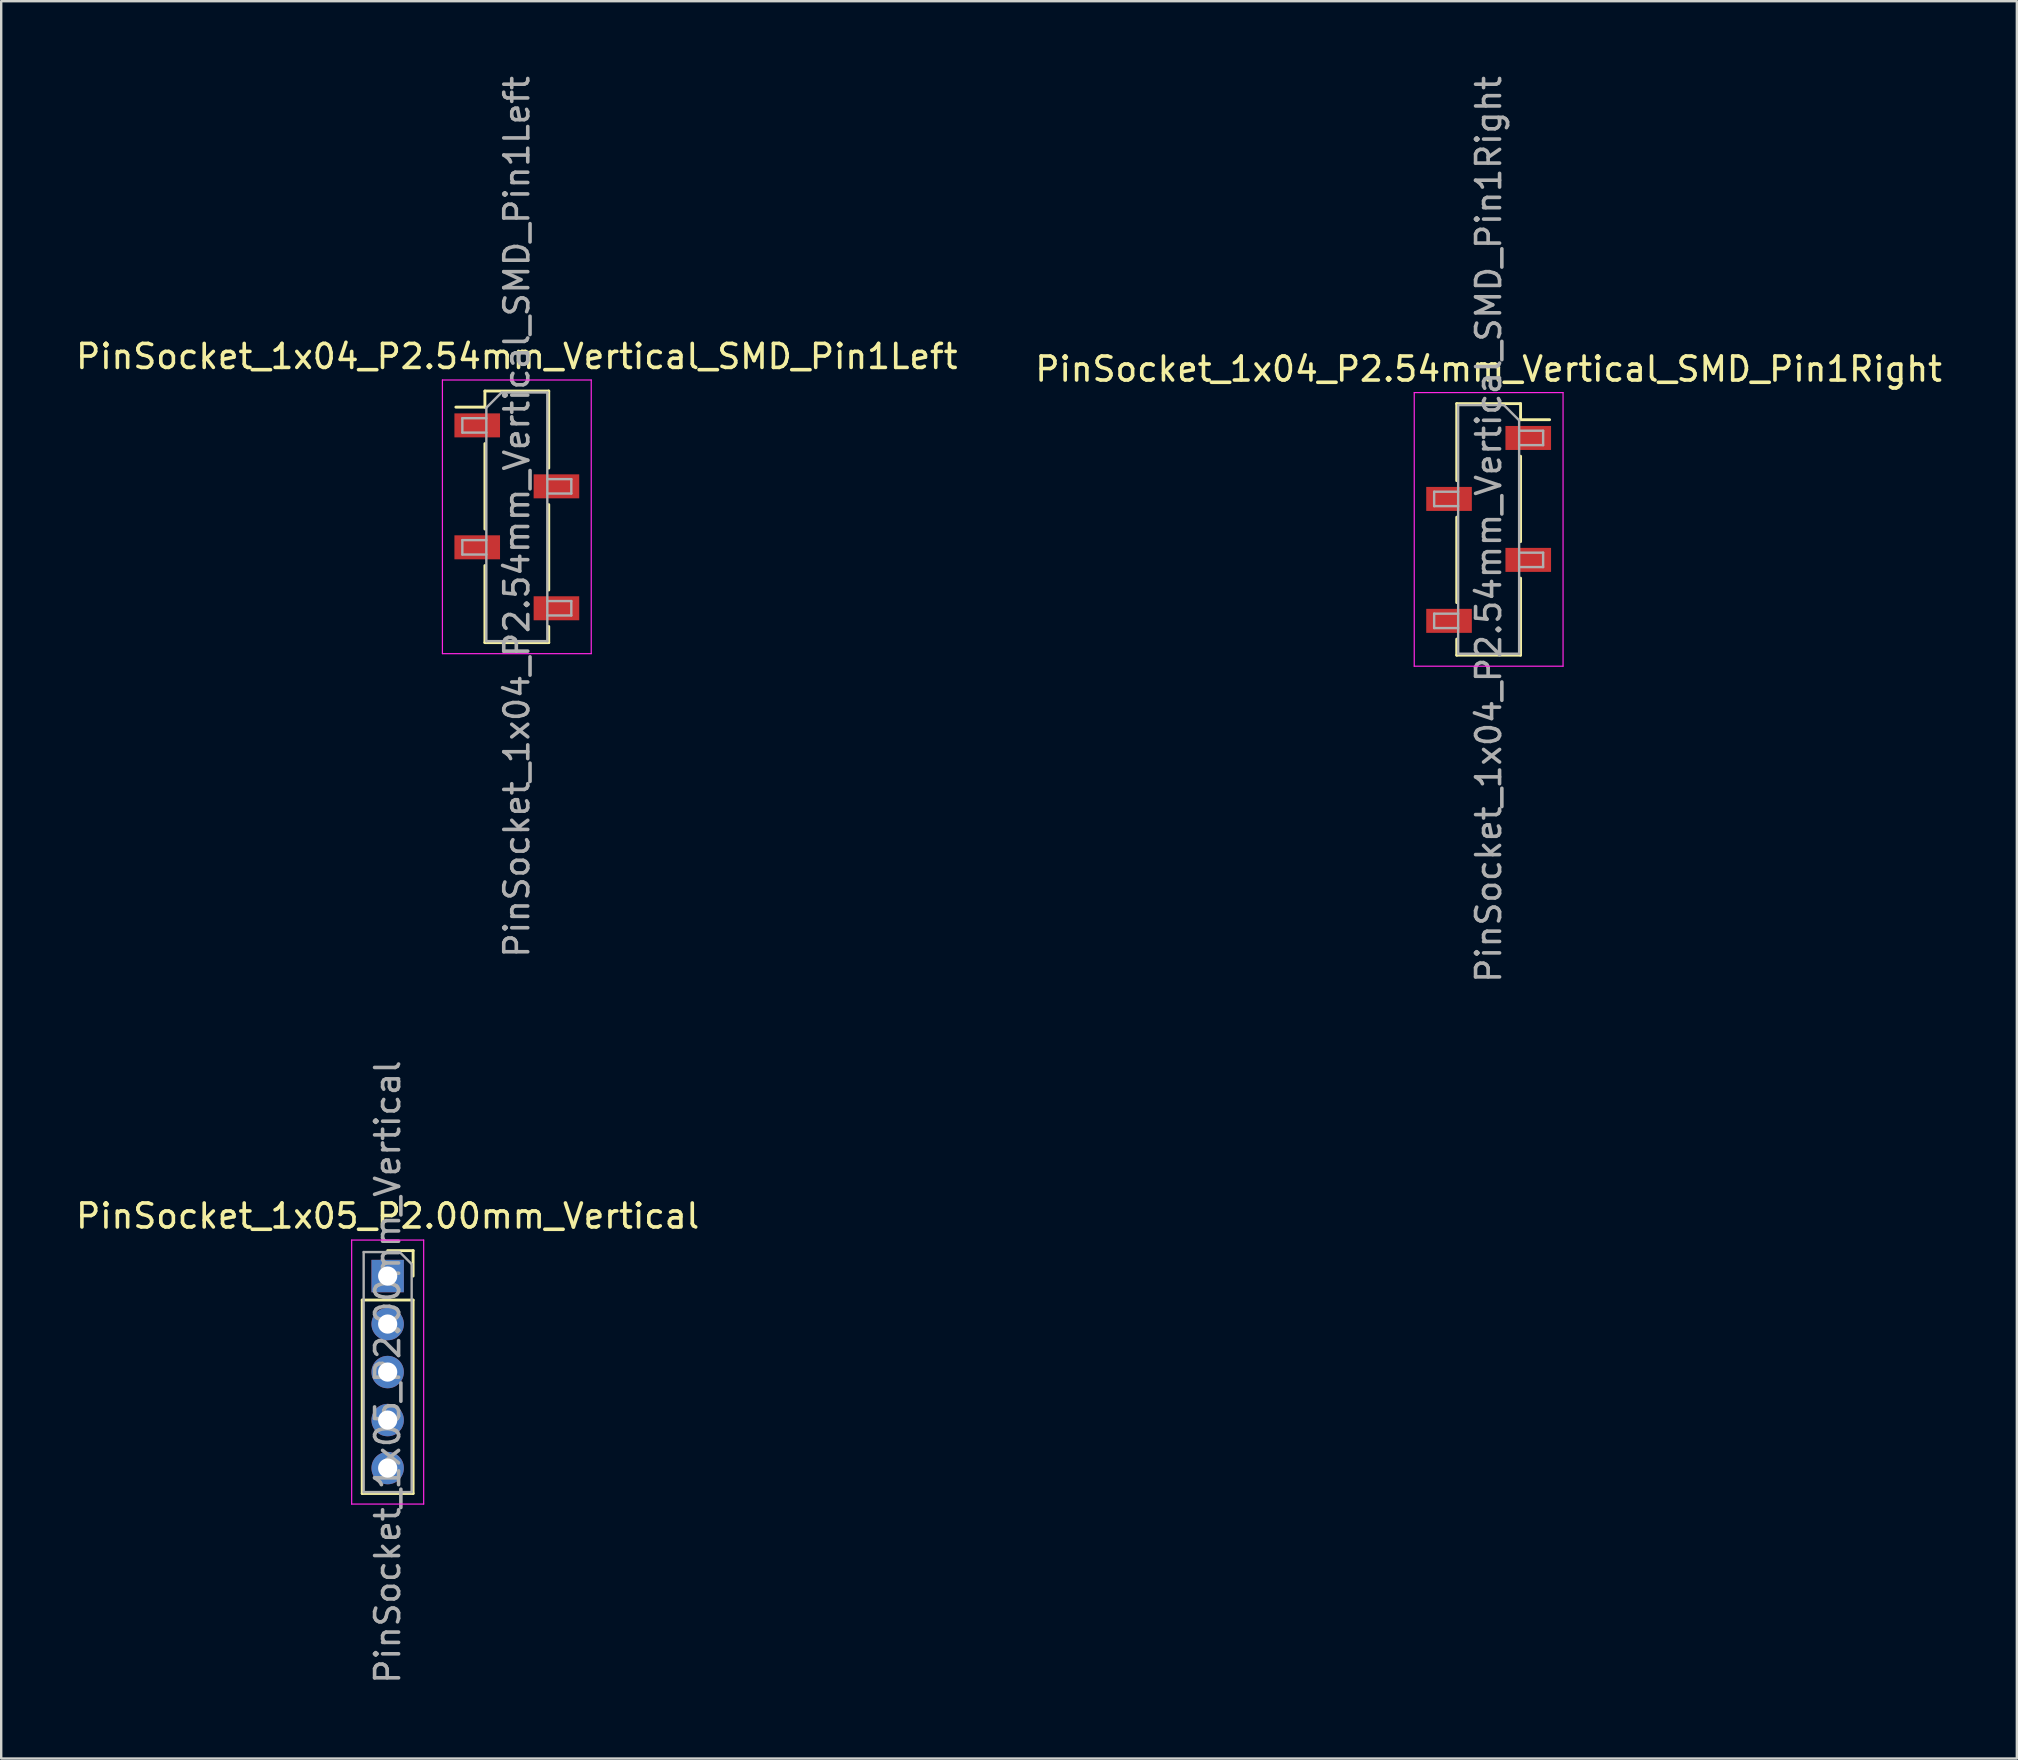
<source format=kicad_pcb>
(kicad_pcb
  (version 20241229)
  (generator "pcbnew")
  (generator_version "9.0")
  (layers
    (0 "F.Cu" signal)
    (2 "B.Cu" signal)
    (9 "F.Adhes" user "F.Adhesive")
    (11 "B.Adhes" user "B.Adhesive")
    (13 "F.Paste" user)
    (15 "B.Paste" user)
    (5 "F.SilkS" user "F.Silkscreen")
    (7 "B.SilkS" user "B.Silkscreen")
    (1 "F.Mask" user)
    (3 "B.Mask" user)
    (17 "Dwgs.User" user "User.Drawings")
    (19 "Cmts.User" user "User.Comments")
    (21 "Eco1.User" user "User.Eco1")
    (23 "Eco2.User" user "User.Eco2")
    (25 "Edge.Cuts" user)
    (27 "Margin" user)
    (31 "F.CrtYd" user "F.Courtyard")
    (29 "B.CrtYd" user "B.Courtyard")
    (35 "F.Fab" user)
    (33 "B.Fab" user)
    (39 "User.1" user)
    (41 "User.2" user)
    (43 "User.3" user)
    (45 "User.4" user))
  (footprint "PinSocket_1x04_P2.54mm_Vertical_SMD_Pin1Left"
    (layer "F.Cu")
    (at 18.482 18.482)
    (property "Reference" "PinSocket_1x04_P2.54mm_Vertical_SMD_Pin1Left" (at 0 -6.68 0) (layer "F.SilkS") (effects (font (size 1 1) (thickness 0.15))))
    (attr smd)
    (fp_line (start -2.54 -4.57) (end -1.33 -4.57) (stroke (width 0.12) (type solid)) (layer "F.SilkS"))
    (fp_line (start -1.33 -5.24) (end -1.33 -4.57) (stroke (width 0.12) (type solid)) (layer "F.SilkS"))
    (fp_line (start -1.33 -5.24) (end 1.33 -5.24) (stroke (width 0.12) (type solid)) (layer "F.SilkS"))
    (fp_line (start -1.33 -3.05) (end -1.33 0.51) (stroke (width 0.12) (type solid)) (layer "F.SilkS"))
    (fp_line (start -1.33 2.03) (end -1.33 5.24) (stroke (width 0.12) (type solid)) (layer "F.SilkS"))
    (fp_line (start -1.33 5.24) (end 1.33 5.24) (stroke (width 0.12) (type solid)) (layer "F.SilkS"))
    (fp_line (start 1.33 -5.24) (end 1.33 -2.03) (stroke (width 0.12) (type solid)) (layer "F.SilkS"))
    (fp_line (start 1.33 -0.51) (end 1.33 3.05) (stroke (width 0.12) (type solid)) (layer "F.SilkS"))
    (fp_line (start 1.33 4.57) (end 1.33 5.24) (stroke (width 0.12) (type solid)) (layer "F.SilkS"))
    (fp_line (start -3.1 -5.7) (end 3.1 -5.7) (stroke (width 0.05) (type solid)) (layer "F.CrtYd"))
    (fp_line (start -3.1 5.7) (end -3.1 -5.7) (stroke (width 0.05) (type solid)) (layer "F.CrtYd"))
    (fp_line (start 3.1 -5.7) (end 3.1 5.7) (stroke (width 0.05) (type solid)) (layer "F.CrtYd"))
    (fp_line (start 3.1 5.7) (end -3.1 5.7) (stroke (width 0.05) (type solid)) (layer "F.CrtYd"))
    (fp_line (start -2.27 -4.11) (end -1.27 -4.11) (stroke (width 0.1) (type solid)) (layer "F.Fab"))
    (fp_line (start -2.27 -3.51) (end -2.27 -4.11) (stroke (width 0.1) (type solid)) (layer "F.Fab"))
    (fp_line (start -2.27 0.97) (end -1.27 0.97) (stroke (width 0.1) (type solid)) (layer "F.Fab"))
    (fp_line (start -2.27 1.57) (end -2.27 0.97) (stroke (width 0.1) (type solid)) (layer "F.Fab"))
    (fp_line (start -1.27 -4.545) (end -0.635 -5.18) (stroke (width 0.1) (type solid)) (layer "F.Fab"))
    (fp_line (start -1.27 -3.51) (end -2.27 -3.51) (stroke (width 0.1) (type solid)) (layer "F.Fab"))
    (fp_line (start -1.27 1.57) (end -2.27 1.57) (stroke (width 0.1) (type solid)) (layer "F.Fab"))
    (fp_line (start -1.27 5.18) (end -1.27 -4.545) (stroke (width 0.1) (type solid)) (layer "F.Fab"))
    (fp_line (start -0.635 -5.18) (end 1.27 -5.18) (stroke (width 0.1) (type solid)) (layer "F.Fab"))
    (fp_line (start 1.27 -5.18) (end 1.27 5.18) (stroke (width 0.1) (type solid)) (layer "F.Fab"))
    (fp_line (start 1.27 -1.57) (end 2.27 -1.57) (stroke (width 0.1) (type solid)) (layer "F.Fab"))
    (fp_line (start 1.27 3.51) (end 2.27 3.51) (stroke (width 0.1) (type solid)) (layer "F.Fab"))
    (fp_line (start 1.27 5.18) (end -1.27 5.18) (stroke (width 0.1) (type solid)) (layer "F.Fab"))
    (fp_line (start 2.27 -1.57) (end 2.27 -0.97) (stroke (width 0.1) (type solid)) (layer "F.Fab"))
    (fp_line (start 2.27 -0.97) (end 1.27 -0.97) (stroke (width 0.1) (type solid)) (layer "F.Fab"))
    (fp_line (start 2.27 3.51) (end 2.27 4.11) (stroke (width 0.1) (type solid)) (layer "F.Fab"))
    (fp_line (start 2.27 4.11) (end 1.27 4.11) (stroke (width 0.1) (type solid)) (layer "F.Fab"))
    (fp_text user "${REFERENCE}" (at 0 0 90) (layer "F.Fab") (effects (font (size 1 1) (thickness 0.15))))
    (pad "1" smd rect (at -1.65 -3.81) (size 1.9 1) (layers "F.Cu" "F.Mask" "F.Paste"))
    (pad "2" smd rect (at 1.65 -1.27) (size 1.9 1) (layers "F.Cu" "F.Mask" "F.Paste"))
    (pad "3" smd rect (at -1.65 1.27) (size 1.9 1) (layers "F.Cu" "F.Mask" "F.Paste"))
    (pad "4" smd rect (at 1.65 3.81) (size 1.9 1) (layers "F.Cu" "F.Mask" "F.Paste")))
  (footprint "PinSocket_1x04_P2.54mm_Vertical_SMD_Pin1Right"
    (layer "F.Cu")
    (at 58.97 19.006)
    (property "Reference" "PinSocket_1x04_P2.54mm_Vertical_SMD_Pin1Right" (at 0 -6.68 0) (layer "F.SilkS") (effects (font (size 1 1) (thickness 0.15))))
    (attr smd)
    (fp_line (start -1.33 -5.24) (end -1.33 -2.03) (stroke (width 0.12) (type solid)) (layer "F.SilkS"))
    (fp_line (start -1.33 -5.24) (end 1.33 -5.24) (stroke (width 0.12) (type solid)) (layer "F.SilkS"))
    (fp_line (start -1.33 -0.51) (end -1.33 3.05) (stroke (width 0.12) (type solid)) (layer "F.SilkS"))
    (fp_line (start -1.33 4.57) (end -1.33 5.24) (stroke (width 0.12) (type solid)) (layer "F.SilkS"))
    (fp_line (start -1.33 5.24) (end 1.33 5.24) (stroke (width 0.12) (type solid)) (layer "F.SilkS"))
    (fp_line (start 1.33 -5.24) (end 1.33 -4.57) (stroke (width 0.12) (type solid)) (layer "F.SilkS"))
    (fp_line (start 1.33 -4.57) (end 2.54 -4.57) (stroke (width 0.12) (type solid)) (layer "F.SilkS"))
    (fp_line (start 1.33 -3.05) (end 1.33 0.51) (stroke (width 0.12) (type solid)) (layer "F.SilkS"))
    (fp_line (start 1.33 2.03) (end 1.33 5.24) (stroke (width 0.12) (type solid)) (layer "F.SilkS"))
    (fp_line (start -3.1 -5.7) (end 3.1 -5.7) (stroke (width 0.05) (type solid)) (layer "F.CrtYd"))
    (fp_line (start -3.1 5.7) (end -3.1 -5.7) (stroke (width 0.05) (type solid)) (layer "F.CrtYd"))
    (fp_line (start 3.1 -5.7) (end 3.1 5.7) (stroke (width 0.05) (type solid)) (layer "F.CrtYd"))
    (fp_line (start 3.1 5.7) (end -3.1 5.7) (stroke (width 0.05) (type solid)) (layer "F.CrtYd"))
    (fp_line (start -2.27 -1.57) (end -1.27 -1.57) (stroke (width 0.1) (type solid)) (layer "F.Fab"))
    (fp_line (start -2.27 -0.97) (end -2.27 -1.57) (stroke (width 0.1) (type solid)) (layer "F.Fab"))
    (fp_line (start -2.27 3.51) (end -1.27 3.51) (stroke (width 0.1) (type solid)) (layer "F.Fab"))
    (fp_line (start -2.27 4.11) (end -2.27 3.51) (stroke (width 0.1) (type solid)) (layer "F.Fab"))
    (fp_line (start -1.27 -5.18) (end 0.635 -5.18) (stroke (width 0.1) (type solid)) (layer "F.Fab"))
    (fp_line (start -1.27 -0.97) (end -2.27 -0.97) (stroke (width 0.1) (type solid)) (layer "F.Fab"))
    (fp_line (start -1.27 4.11) (end -2.27 4.11) (stroke (width 0.1) (type solid)) (layer "F.Fab"))
    (fp_line (start -1.27 5.18) (end -1.27 -5.18) (stroke (width 0.1) (type solid)) (layer "F.Fab"))
    (fp_line (start 0.635 -5.18) (end 1.27 -4.545) (stroke (width 0.1) (type solid)) (layer "F.Fab"))
    (fp_line (start 1.27 -4.545) (end 1.27 5.18) (stroke (width 0.1) (type solid)) (layer "F.Fab"))
    (fp_line (start 1.27 -4.11) (end 2.27 -4.11) (stroke (width 0.1) (type solid)) (layer "F.Fab"))
    (fp_line (start 1.27 0.97) (end 2.27 0.97) (stroke (width 0.1) (type solid)) (layer "F.Fab"))
    (fp_line (start 1.27 5.18) (end -1.27 5.18) (stroke (width 0.1) (type solid)) (layer "F.Fab"))
    (fp_line (start 2.27 -4.11) (end 2.27 -3.51) (stroke (width 0.1) (type solid)) (layer "F.Fab"))
    (fp_line (start 2.27 -3.51) (end 1.27 -3.51) (stroke (width 0.1) (type solid)) (layer "F.Fab"))
    (fp_line (start 2.27 0.97) (end 2.27 1.57) (stroke (width 0.1) (type solid)) (layer "F.Fab"))
    (fp_line (start 2.27 1.57) (end 1.27 1.57) (stroke (width 0.1) (type solid)) (layer "F.Fab"))
    (fp_text user "${REFERENCE}" (at 0 0 90) (layer "F.Fab") (effects (font (size 1 1) (thickness 0.15))))
    (pad "1" smd rect (at 1.65 -3.81) (size 1.9 1) (layers "F.Cu" "F.Mask" "F.Paste"))
    (pad "2" smd rect (at -1.65 -1.27) (size 1.9 1) (layers "F.Cu" "F.Mask" "F.Paste"))
    (pad "3" smd rect (at 1.65 1.27) (size 1.9 1) (layers "F.Cu" "F.Mask" "F.Paste"))
    (pad "4" smd rect (at -1.65 3.81) (size 1.9 1) (layers "F.Cu" "F.Mask" "F.Paste")))
  (footprint "PinSocket_1x05_P2.00mm_Vertical"
    (layer "F.Cu")
    (at 13.101 50.113)
    (property "Reference" "PinSocket_1x05_P2.00mm_Vertical" (at 0 -2.5 0) (layer "F.SilkS") (effects (font (size 1 1) (thickness 0.15))))
    (attr through_hole)
    (fp_line (start -1.06 1) (end -1.06 9.06) (stroke (width 0.12) (type solid)) (layer "F.SilkS"))
    (fp_line (start -1.06 1) (end 1.06 1) (stroke (width 0.12) (type solid)) (layer "F.SilkS"))
    (fp_line (start -1.06 9.06) (end 1.06 9.06) (stroke (width 0.12) (type solid)) (layer "F.SilkS"))
    (fp_line (start 0 -1.06) (end 1.06 -1.06) (stroke (width 0.12) (type solid)) (layer "F.SilkS"))
    (fp_line (start 1.06 -1.06) (end 1.06 0) (stroke (width 0.12) (type solid)) (layer "F.SilkS"))
    (fp_line (start 1.06 1) (end 1.06 9.06) (stroke (width 0.12) (type solid)) (layer "F.SilkS"))
    (fp_line (start -1.5 -1.5) (end 1.5 -1.5) (stroke (width 0.05) (type solid)) (layer "F.CrtYd"))
    (fp_line (start -1.5 9.5) (end -1.5 -1.5) (stroke (width 0.05) (type solid)) (layer "F.CrtYd"))
    (fp_line (start 1.5 -1.5) (end 1.5 9.5) (stroke (width 0.05) (type solid)) (layer "F.CrtYd"))
    (fp_line (start 1.5 9.5) (end -1.5 9.5) (stroke (width 0.05) (type solid)) (layer "F.CrtYd"))
    (fp_line (start -1 -1) (end 0.5 -1) (stroke (width 0.1) (type solid)) (layer "F.Fab"))
    (fp_line (start -1 9) (end -1 -1) (stroke (width 0.1) (type solid)) (layer "F.Fab"))
    (fp_line (start 0.5 -1) (end 1 -0.5) (stroke (width 0.1) (type solid)) (layer "F.Fab"))
    (fp_line (start 1 -0.5) (end 1 9) (stroke (width 0.1) (type solid)) (layer "F.Fab"))
    (fp_line (start 1 9) (end -1 9) (stroke (width 0.1) (type solid)) (layer "F.Fab"))
    (fp_text user "${REFERENCE}" (at 0 4 90) (layer "F.Fab") (effects (font (size 1 1) (thickness 0.15))))
    (pad "1" thru_hole rect (at 0 0) (size 1.35 1.35) (drill 0.8) (layers "*.Cu" "*.Mask"))
    (pad "2" thru_hole oval (at 0 2) (size 1.35 1.35) (drill 0.8) (layers "*.Cu" "*.Mask"))
    (pad "3" thru_hole oval (at 0 4) (size 1.35 1.35) (drill 0.8) (layers "*.Cu" "*.Mask"))
    (pad "4" thru_hole oval (at 0 6) (size 1.35 1.35) (drill 0.8) (layers "*.Cu" "*.Mask"))
    (pad "5" thru_hole oval (at 0 8) (size 1.35 1.35) (drill 0.8) (layers "*.Cu" "*.Mask")))
  (gr_rect
    (start -3 -3)
    (end 80.976 70.214)
    (stroke (width 0.1) (type default))
    (fill no)
    (layer "Edge.Cuts")))
</source>
